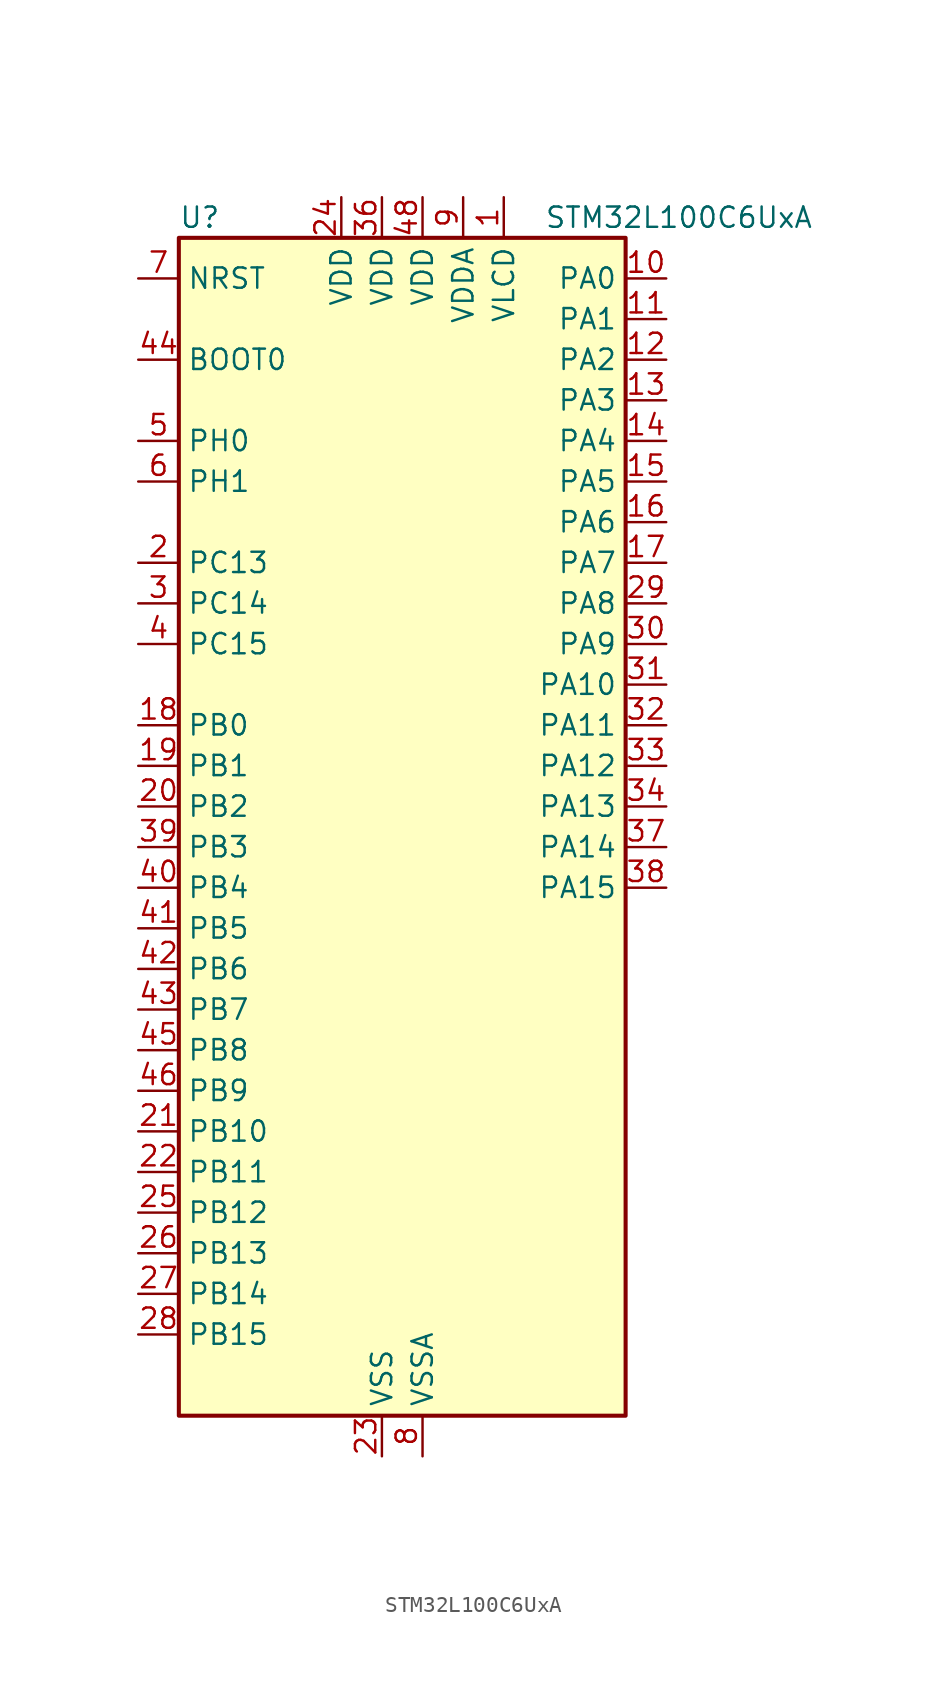
<source format=kicad_sym>
(kicad_symbol_lib
  (version 20231120)
  (generator "kicad-library-utils")
  (generator_version "8.0")
  (symbol "STM32L100C6UxA"
    (property "Reference" "U"
      (at -12.7 39.37 0)
      (effects (font (size 1.27 1.27)) (justify left)))
    (property "Value" "STM32L100C6UxA"
      (at 10.16 39.37 0)
      (effects (font (size 1.27 1.27)) (justify left)))
    (symbol "STM32L100C6UxA_0_1"
      (rectangle (start -12.7 -35.56) (end 15.24 38.1) (stroke (width 0.254) (type default)) (fill (type background))))
    (symbol "STM32L100C6UxA_1_1"
      (pin power_in line (at 7.62 40.64 270) (length 2.54) (name "VLCD" (effects (font (size 1.27 1.27)))) (number "1" (effects (font (size 1.27 1.27)))))
      (pin bidirectional line (at 17.78 35.56 180) (length 2.54) (name "PA0" (effects (font (size 1.27 1.27)))) (number "10" (effects (font (size 1.27 1.27)))) (alternate "ADC_IN0" bidirectional line) (alternate "COMP1_INP" bidirectional line) (alternate "RTC_TAMP2" bidirectional line) (alternate "SYS_WKUP1" bidirectional line) (alternate "TIM2_CH1" bidirectional line) (alternate "TIM2_ETR" bidirectional line) (alternate "TIMX_IC1" bidirectional line) (alternate "USART2_CTS" bidirectional line))
      (pin bidirectional line (at 17.78 33.02 180) (length 2.54) (name "PA1" (effects (font (size 1.27 1.27)))) (number "11" (effects (font (size 1.27 1.27)))) (alternate "ADC_IN1" bidirectional line) (alternate "COMP1_INP" bidirectional line) (alternate "LCD_SEG0" bidirectional line) (alternate "TIM2_CH2" bidirectional line) (alternate "TIMX_IC2" bidirectional line) (alternate "USART2_RTS" bidirectional line))
      (pin bidirectional line (at 17.78 30.48 180) (length 2.54) (name "PA2" (effects (font (size 1.27 1.27)))) (number "12" (effects (font (size 1.27 1.27)))) (alternate "ADC_IN2" bidirectional line) (alternate "COMP1_INP" bidirectional line) (alternate "LCD_SEG1" bidirectional line) (alternate "TIM2_CH3" bidirectional line) (alternate "TIM9_CH1" bidirectional line) (alternate "TIMX_IC3" bidirectional line) (alternate "USART2_TX" bidirectional line))
      (pin bidirectional line (at 17.78 27.94 180) (length 2.54) (name "PA3" (effects (font (size 1.27 1.27)))) (number "13" (effects (font (size 1.27 1.27)))) (alternate "ADC_IN3" bidirectional line) (alternate "COMP1_INP" bidirectional line) (alternate "LCD_SEG2" bidirectional line) (alternate "TIM2_CH4" bidirectional line) (alternate "TIM9_CH2" bidirectional line) (alternate "TIMX_IC4" bidirectional line) (alternate "USART2_RX" bidirectional line))
      (pin bidirectional line (at 17.78 25.4 180) (length 2.54) (name "PA4" (effects (font (size 1.27 1.27)))) (number "14" (effects (font (size 1.27 1.27)))) (alternate "ADC_IN4" bidirectional line) (alternate "COMP1_INP" bidirectional line) (alternate "DAC_OUT1" bidirectional line) (alternate "SPI1_NSS" bidirectional line) (alternate "TIMX_IC1" bidirectional line) (alternate "USART2_CK" bidirectional line))
      (pin bidirectional line (at 17.78 22.86 180) (length 2.54) (name "PA5" (effects (font (size 1.27 1.27)))) (number "15" (effects (font (size 1.27 1.27)))) (alternate "ADC_IN5" bidirectional line) (alternate "COMP1_INP" bidirectional line) (alternate "DAC_OUT2" bidirectional line) (alternate "SPI1_SCK" bidirectional line) (alternate "TIM2_CH1" bidirectional line) (alternate "TIM2_ETR" bidirectional line) (alternate "TIMX_IC2" bidirectional line))
      (pin bidirectional line (at 17.78 20.32 180) (length 2.54) (name "PA6" (effects (font (size 1.27 1.27)))) (number "16" (effects (font (size 1.27 1.27)))) (alternate "ADC_IN6" bidirectional line) (alternate "COMP1_INP" bidirectional line) (alternate "LCD_SEG3" bidirectional line) (alternate "SPI1_MISO" bidirectional line) (alternate "TIM10_CH1" bidirectional line) (alternate "TIM3_CH1" bidirectional line) (alternate "TIMX_IC3" bidirectional line))
      (pin bidirectional line (at 17.78 17.78 180) (length 2.54) (name "PA7" (effects (font (size 1.27 1.27)))) (number "17" (effects (font (size 1.27 1.27)))) (alternate "ADC_IN7" bidirectional line) (alternate "COMP1_INP" bidirectional line) (alternate "LCD_SEG4" bidirectional line) (alternate "SPI1_MOSI" bidirectional line) (alternate "TIM11_CH1" bidirectional line) (alternate "TIM3_CH2" bidirectional line) (alternate "TIMX_IC4" bidirectional line))
      (pin bidirectional line (at -15.24 7.62 0) (length 2.54) (name "PB0" (effects (font (size 1.27 1.27)))) (number "18" (effects (font (size 1.27 1.27)))) (alternate "ADC_IN8" bidirectional line) (alternate "COMP1_INP" bidirectional line) (alternate "LCD_SEG5" bidirectional line) (alternate "SYS_V_REF_OUT" bidirectional line) (alternate "TIM3_CH3" bidirectional line))
      (pin bidirectional line (at -15.24 5.08 0) (length 2.54) (name "PB1" (effects (font (size 1.27 1.27)))) (number "19" (effects (font (size 1.27 1.27)))) (alternate "ADC_IN9" bidirectional line) (alternate "COMP1_INP" bidirectional line) (alternate "LCD_SEG6" bidirectional line) (alternate "SYS_V_REF_OUT" bidirectional line) (alternate "TIM3_CH4" bidirectional line))
      (pin bidirectional line (at -15.24 17.78 0) (length 2.54) (name "PC13" (effects (font (size 1.27 1.27)))) (number "2" (effects (font (size 1.27 1.27)))) (alternate "RTC_OUT_ALARM" bidirectional line) (alternate "RTC_OUT_CALIB" bidirectional line) (alternate "RTC_TAMP1" bidirectional line) (alternate "RTC_TS" bidirectional line) (alternate "SYS_WKUP2" bidirectional line) (alternate "TIMX_IC2" bidirectional line))
      (pin bidirectional line (at -15.24 2.54 0) (length 2.54) (name "PB2" (effects (font (size 1.27 1.27)))) (number "20" (effects (font (size 1.27 1.27)))))
      (pin bidirectional line (at -15.24 -17.78 0) (length 2.54) (name "PB10" (effects (font (size 1.27 1.27)))) (number "21" (effects (font (size 1.27 1.27)))) (alternate "I2C2_SCL" bidirectional line) (alternate "LCD_SEG10" bidirectional line) (alternate "TIM2_CH3" bidirectional line) (alternate "USART3_TX" bidirectional line))
      (pin bidirectional line (at -15.24 -20.32 0) (length 2.54) (name "PB11" (effects (font (size 1.27 1.27)))) (number "22" (effects (font (size 1.27 1.27)))) (alternate "ADC_EXTI11" bidirectional line) (alternate "I2C2_SDA" bidirectional line) (alternate "LCD_SEG11" bidirectional line) (alternate "TIM2_CH4" bidirectional line) (alternate "USART3_RX" bidirectional line))
      (pin power_in line (at 0 -38.1 90) (length 2.54) (name "VSS" (effects (font (size 1.27 1.27)))) (number "23" (effects (font (size 1.27 1.27)))))
      (pin power_in line (at -2.54 40.64 270) (length 2.54) (name "VDD" (effects (font (size 1.27 1.27)))) (number "24" (effects (font (size 1.27 1.27)))))
      (pin bidirectional line (at -15.24 -22.86 0) (length 2.54) (name "PB12" (effects (font (size 1.27 1.27)))) (number "25" (effects (font (size 1.27 1.27)))) (alternate "ADC_IN18" bidirectional line) (alternate "COMP1_INP" bidirectional line) (alternate "I2C2_SMBA" bidirectional line) (alternate "LCD_SEG12" bidirectional line) (alternate "SPI2_NSS" bidirectional line) (alternate "TIM10_CH1" bidirectional line) (alternate "USART3_CK" bidirectional line))
      (pin bidirectional line (at -15.24 -25.4 0) (length 2.54) (name "PB13" (effects (font (size 1.27 1.27)))) (number "26" (effects (font (size 1.27 1.27)))) (alternate "ADC_IN19" bidirectional line) (alternate "COMP1_INP" bidirectional line) (alternate "LCD_SEG13" bidirectional line) (alternate "SPI2_SCK" bidirectional line) (alternate "TIM9_CH1" bidirectional line) (alternate "USART3_CTS" bidirectional line))
      (pin bidirectional line (at -15.24 -27.94 0) (length 2.54) (name "PB14" (effects (font (size 1.27 1.27)))) (number "27" (effects (font (size 1.27 1.27)))) (alternate "ADC_IN20" bidirectional line) (alternate "COMP1_INP" bidirectional line) (alternate "LCD_SEG14" bidirectional line) (alternate "SPI2_MISO" bidirectional line) (alternate "TIM9_CH2" bidirectional line) (alternate "USART3_RTS" bidirectional line))
      (pin bidirectional line (at -15.24 -30.48 0) (length 2.54) (name "PB15" (effects (font (size 1.27 1.27)))) (number "28" (effects (font (size 1.27 1.27)))) (alternate "ADC_EXTI15" bidirectional line) (alternate "ADC_IN21" bidirectional line) (alternate "COMP1_INP" bidirectional line) (alternate "LCD_SEG15" bidirectional line) (alternate "RTC_REFIN" bidirectional line) (alternate "SPI2_MOSI" bidirectional line) (alternate "TIM11_CH1" bidirectional line))
      (pin bidirectional line (at 17.78 15.24 180) (length 2.54) (name "PA8" (effects (font (size 1.27 1.27)))) (number "29" (effects (font (size 1.27 1.27)))) (alternate "LCD_COM0" bidirectional line) (alternate "RCC_MCO" bidirectional line) (alternate "TIMX_IC1" bidirectional line) (alternate "USART1_CK" bidirectional line))
      (pin bidirectional line (at -15.24 15.24 0) (length 2.54) (name "PC14" (effects (font (size 1.27 1.27)))) (number "3" (effects (font (size 1.27 1.27)))) (alternate "RCC_OSC32_IN" bidirectional line) (alternate "TIMX_IC3" bidirectional line))
      (pin bidirectional line (at 17.78 12.7 180) (length 2.54) (name "PA9" (effects (font (size 1.27 1.27)))) (number "30" (effects (font (size 1.27 1.27)))) (alternate "DAC_EXTI9" bidirectional line) (alternate "LCD_COM1" bidirectional line) (alternate "TIMX_IC2" bidirectional line) (alternate "USART1_TX" bidirectional line))
      (pin bidirectional line (at 17.78 10.16 180) (length 2.54) (name "PA10" (effects (font (size 1.27 1.27)))) (number "31" (effects (font (size 1.27 1.27)))) (alternate "LCD_COM2" bidirectional line) (alternate "TIMX_IC3" bidirectional line) (alternate "USART1_RX" bidirectional line))
      (pin bidirectional line (at 17.78 7.62 180) (length 2.54) (name "PA11" (effects (font (size 1.27 1.27)))) (number "32" (effects (font (size 1.27 1.27)))) (alternate "ADC_EXTI11" bidirectional line) (alternate "SPI1_MISO" bidirectional line) (alternate "TIMX_IC4" bidirectional line) (alternate "USART1_CTS" bidirectional line) (alternate "USB_DM" bidirectional line))
      (pin bidirectional line (at 17.78 5.08 180) (length 2.54) (name "PA12" (effects (font (size 1.27 1.27)))) (number "33" (effects (font (size 1.27 1.27)))) (alternate "SPI1_MOSI" bidirectional line) (alternate "TIMX_IC1" bidirectional line) (alternate "USART1_RTS" bidirectional line) (alternate "USB_DP" bidirectional line))
      (pin bidirectional line (at 17.78 2.54 180) (length 2.54) (name "PA13" (effects (font (size 1.27 1.27)))) (number "34" (effects (font (size 1.27 1.27)))) (alternate "SYS_JTMS-SWDIO" bidirectional line) (alternate "TIMX_IC2" bidirectional line))
      (pin passive line (at 0 -38.1 90) (length 2.54) hide (name "VSS" (effects (font (size 1.27 1.27)))) (number "35" (effects (font (size 1.27 1.27)))))
      (pin power_in line (at 0 40.64 270) (length 2.54) (name "VDD" (effects (font (size 1.27 1.27)))) (number "36" (effects (font (size 1.27 1.27)))))
      (pin bidirectional line (at 17.78 0 180) (length 2.54) (name "PA14" (effects (font (size 1.27 1.27)))) (number "37" (effects (font (size 1.27 1.27)))) (alternate "SYS_JTCK-SWCLK" bidirectional line) (alternate "TIMX_IC3" bidirectional line))
      (pin bidirectional line (at 17.78 -2.54 180) (length 2.54) (name "PA15" (effects (font (size 1.27 1.27)))) (number "38" (effects (font (size 1.27 1.27)))) (alternate "ADC_EXTI15" bidirectional line) (alternate "LCD_SEG17" bidirectional line) (alternate "SPI1_NSS" bidirectional line) (alternate "SYS_JTDI" bidirectional line) (alternate "TIM2_CH1" bidirectional line) (alternate "TIM2_ETR" bidirectional line) (alternate "TIMX_IC4" bidirectional line))
      (pin bidirectional line (at -15.24 0 0) (length 2.54) (name "PB3" (effects (font (size 1.27 1.27)))) (number "39" (effects (font (size 1.27 1.27)))) (alternate "COMP2_INM" bidirectional line) (alternate "LCD_SEG7" bidirectional line) (alternate "SPI1_SCK" bidirectional line) (alternate "SYS_JTDO-TRACESWO" bidirectional line) (alternate "TIM2_CH2" bidirectional line))
      (pin bidirectional line (at -15.24 12.7 0) (length 2.54) (name "PC15" (effects (font (size 1.27 1.27)))) (number "4" (effects (font (size 1.27 1.27)))) (alternate "ADC_EXTI15" bidirectional line) (alternate "RCC_OSC32_OUT" bidirectional line) (alternate "TIMX_IC4" bidirectional line))
      (pin bidirectional line (at -15.24 -2.54 0) (length 2.54) (name "PB4" (effects (font (size 1.27 1.27)))) (number "40" (effects (font (size 1.27 1.27)))) (alternate "COMP2_INP" bidirectional line) (alternate "LCD_SEG8" bidirectional line) (alternate "SPI1_MISO" bidirectional line) (alternate "SYS_JTRST" bidirectional line) (alternate "TIM3_CH1" bidirectional line))
      (pin bidirectional line (at -15.24 -5.08 0) (length 2.54) (name "PB5" (effects (font (size 1.27 1.27)))) (number "41" (effects (font (size 1.27 1.27)))) (alternate "COMP2_INP" bidirectional line) (alternate "I2C1_SMBA" bidirectional line) (alternate "LCD_SEG9" bidirectional line) (alternate "SPI1_MOSI" bidirectional line) (alternate "TIM3_CH2" bidirectional line))
      (pin bidirectional line (at -15.24 -7.62 0) (length 2.54) (name "PB6" (effects (font (size 1.27 1.27)))) (number "42" (effects (font (size 1.27 1.27)))) (alternate "I2C1_SCL" bidirectional line) (alternate "TIM4_CH1" bidirectional line) (alternate "USART1_TX" bidirectional line))
      (pin bidirectional line (at -15.24 -10.16 0) (length 2.54) (name "PB7" (effects (font (size 1.27 1.27)))) (number "43" (effects (font (size 1.27 1.27)))) (alternate "I2C1_SDA" bidirectional line) (alternate "SYS_PVD_IN" bidirectional line) (alternate "TIM4_CH2" bidirectional line) (alternate "USART1_RX" bidirectional line))
      (pin input line (at -15.24 30.48 0) (length 2.54) (name "BOOT0" (effects (font (size 1.27 1.27)))) (number "44" (effects (font (size 1.27 1.27)))))
      (pin bidirectional line (at -15.24 -12.7 0) (length 2.54) (name "PB8" (effects (font (size 1.27 1.27)))) (number "45" (effects (font (size 1.27 1.27)))) (alternate "I2C1_SCL" bidirectional line) (alternate "LCD_SEG16" bidirectional line) (alternate "TIM10_CH1" bidirectional line) (alternate "TIM4_CH3" bidirectional line))
      (pin bidirectional line (at -15.24 -15.24 0) (length 2.54) (name "PB9" (effects (font (size 1.27 1.27)))) (number "46" (effects (font (size 1.27 1.27)))) (alternate "DAC_EXTI9" bidirectional line) (alternate "I2C1_SDA" bidirectional line) (alternate "LCD_COM3" bidirectional line) (alternate "TIM11_CH1" bidirectional line) (alternate "TIM4_CH4" bidirectional line))
      (pin passive line (at 0 -38.1 90) (length 2.54) hide (name "VSS" (effects (font (size 1.27 1.27)))) (number "47" (effects (font (size 1.27 1.27)))))
      (pin power_in line (at 2.54 40.64 270) (length 2.54) (name "VDD" (effects (font (size 1.27 1.27)))) (number "48" (effects (font (size 1.27 1.27)))))
      (pin passive line (at 0 -38.1 90) (length 2.54) hide (name "VSS" (effects (font (size 1.27 1.27)))) (number "49" (effects (font (size 1.27 1.27)))))
      (pin bidirectional line (at -15.24 25.4 0) (length 2.54) (name "PH0" (effects (font (size 1.27 1.27)))) (number "5" (effects (font (size 1.27 1.27)))) (alternate "RCC_OSC_IN" bidirectional line))
      (pin bidirectional line (at -15.24 22.86 0) (length 2.54) (name "PH1" (effects (font (size 1.27 1.27)))) (number "6" (effects (font (size 1.27 1.27)))) (alternate "RCC_OSC_OUT" bidirectional line))
      (pin input line (at -15.24 35.56 0) (length 2.54) (name "NRST" (effects (font (size 1.27 1.27)))) (number "7" (effects (font (size 1.27 1.27)))))
      (pin power_in line (at 2.54 -38.1 90) (length 2.54) (name "VSSA" (effects (font (size 1.27 1.27)))) (number "8" (effects (font (size 1.27 1.27)))))
      (pin power_in line (at 5.08 40.64 270) (length 2.54) (name "VDDA" (effects (font (size 1.27 1.27)))) (number "9" (effects (font (size 1.27 1.27))))))))
</source>
